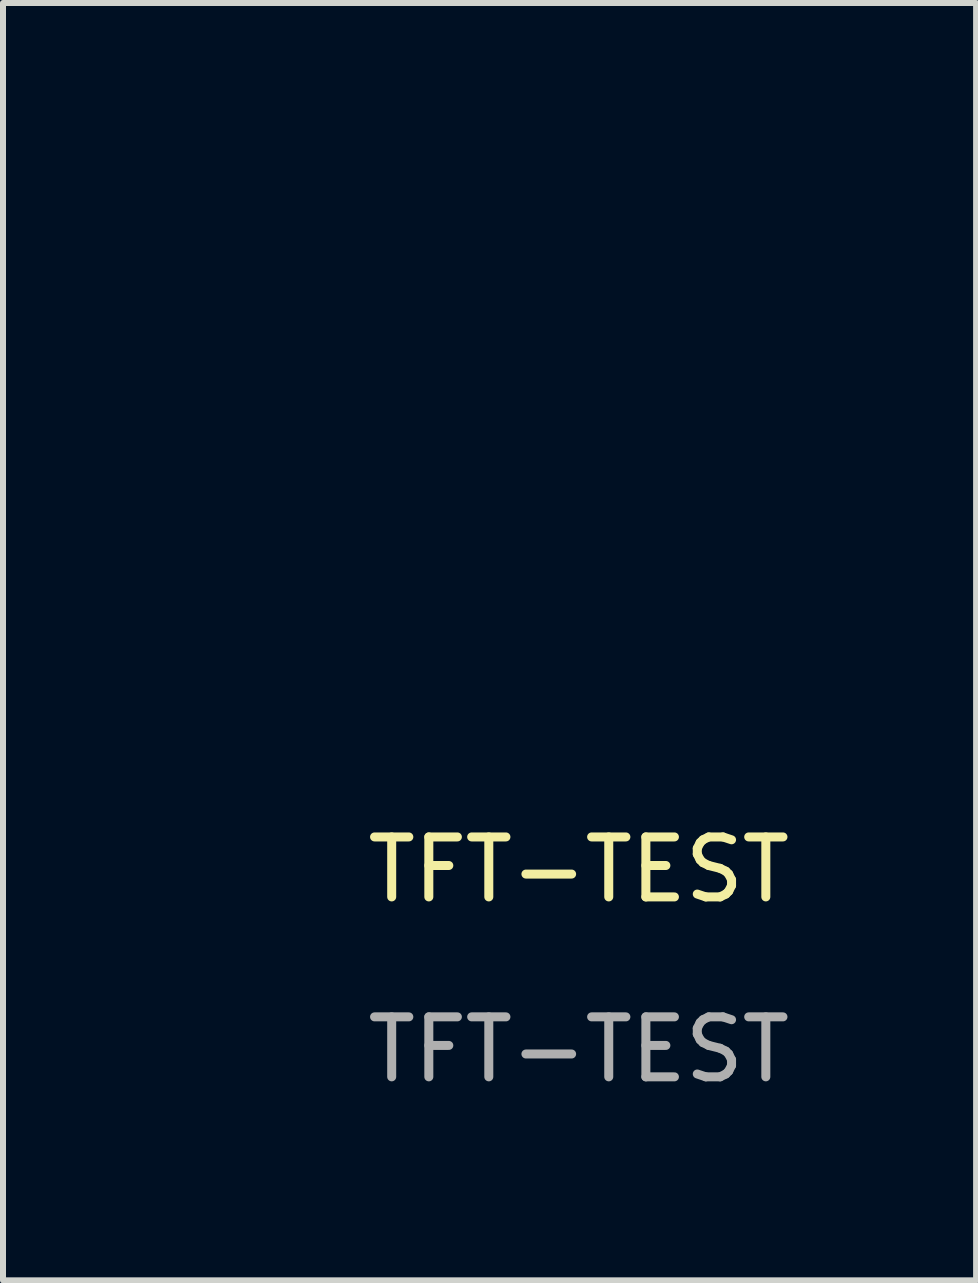
<source format=kicad_pcb>
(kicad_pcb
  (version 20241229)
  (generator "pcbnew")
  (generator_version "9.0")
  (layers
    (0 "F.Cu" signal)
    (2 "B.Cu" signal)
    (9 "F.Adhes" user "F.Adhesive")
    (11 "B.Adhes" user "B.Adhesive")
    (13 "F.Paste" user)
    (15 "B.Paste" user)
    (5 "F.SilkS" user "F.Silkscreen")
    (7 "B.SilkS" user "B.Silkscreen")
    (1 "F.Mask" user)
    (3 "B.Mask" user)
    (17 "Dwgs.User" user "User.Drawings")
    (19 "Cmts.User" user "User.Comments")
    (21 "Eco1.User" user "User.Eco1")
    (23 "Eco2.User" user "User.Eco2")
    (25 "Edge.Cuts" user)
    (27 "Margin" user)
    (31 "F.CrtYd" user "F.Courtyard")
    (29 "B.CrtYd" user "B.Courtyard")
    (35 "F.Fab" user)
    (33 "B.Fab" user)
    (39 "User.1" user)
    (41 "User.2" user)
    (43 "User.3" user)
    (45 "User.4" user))
  (footprint "TFT-TEST"
    (layer "F.Cu")
    (at 0.25 0.25)
    (property "Reference" "TFT-TEST" (at 6.35 11.2 0) (unlocked yes) (layer "F.SilkS") (effects (font (size 1 1) (thickness 0.15))))
    (fp_text user "${REFERENCE}" (at 6.35 14.2 0) (unlocked yes) (layer "F.Fab") (effects (font (size 1 1) (thickness 0.15)))))
  (gr_rect
    (start -3 -3)
    (end 13.225 18.298)
    (stroke (width 0.1) (type default))
    (fill no)
    (layer "Edge.Cuts")))
</source>
